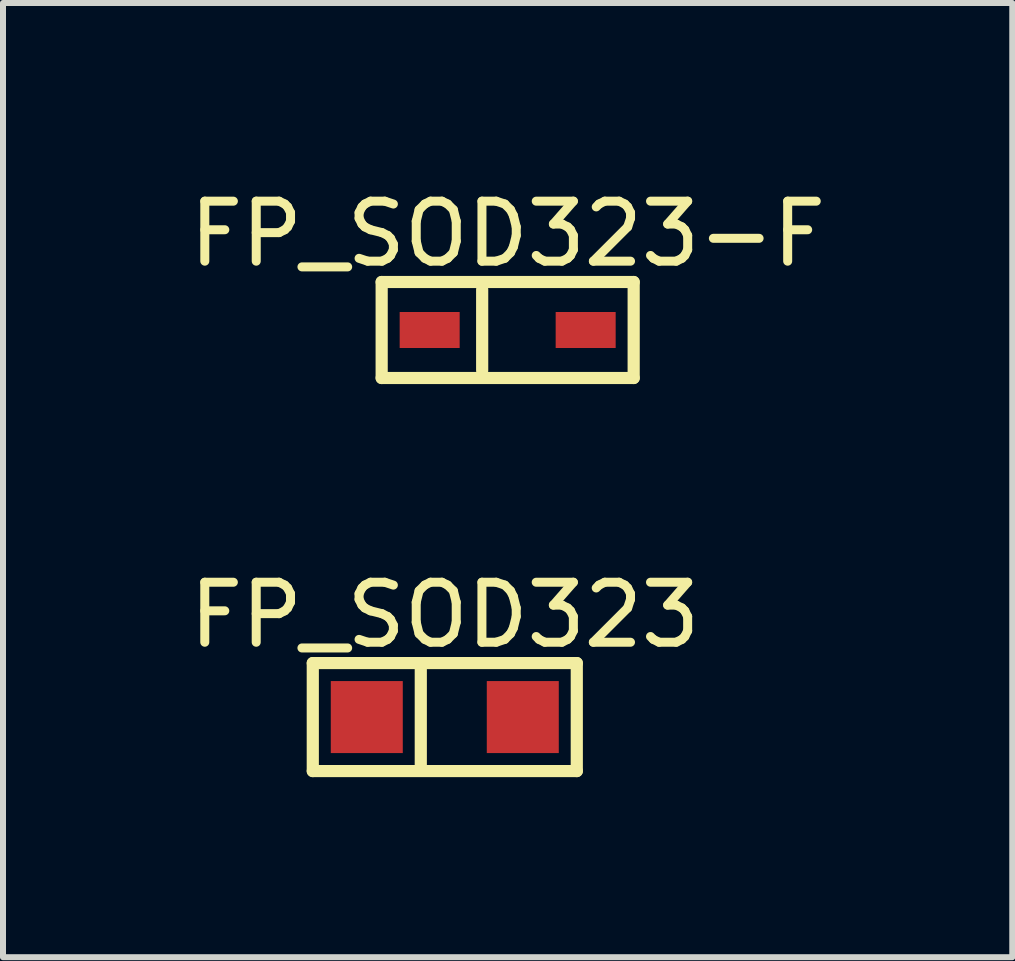
<source format=kicad_pcb>
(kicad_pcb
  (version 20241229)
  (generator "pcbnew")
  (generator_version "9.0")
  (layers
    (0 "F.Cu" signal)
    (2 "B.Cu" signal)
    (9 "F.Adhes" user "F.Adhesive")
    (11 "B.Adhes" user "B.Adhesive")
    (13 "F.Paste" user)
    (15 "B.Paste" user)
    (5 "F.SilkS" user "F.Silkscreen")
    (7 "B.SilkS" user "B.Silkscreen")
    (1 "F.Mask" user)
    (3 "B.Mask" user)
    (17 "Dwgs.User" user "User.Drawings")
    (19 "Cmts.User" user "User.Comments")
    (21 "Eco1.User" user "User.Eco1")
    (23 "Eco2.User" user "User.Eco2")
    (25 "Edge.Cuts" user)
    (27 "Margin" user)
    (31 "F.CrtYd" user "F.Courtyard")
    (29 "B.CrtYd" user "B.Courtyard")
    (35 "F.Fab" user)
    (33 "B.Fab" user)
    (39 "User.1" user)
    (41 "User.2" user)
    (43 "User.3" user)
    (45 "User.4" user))
  (footprint "FP_SOD323"
    (layer "F.Cu")
    (at 4.363 8.901)
    (property "Reference" "FP_SOD323" (at 0 -1.702 0) (layer "F.SilkS") (effects (font (size 1 1) (thickness 0.15))))
    (fp_line (start -2.2 -0.9) (end 2.2 -0.9) (stroke (width 0.203) (type solid)) (layer "F.SilkS"))
    (fp_line (start -2.2 0.9) (end -2.2 -0.9) (stroke (width 0.203) (type solid)) (layer "F.SilkS"))
    (fp_line (start -2.2 0.9) (end 2.2 0.9) (stroke (width 0.203) (type solid)) (layer "F.SilkS"))
    (fp_line (start -0.4 0.8) (end -0.4 -0.9) (stroke (width 0.203) (type solid)) (layer "F.SilkS"))
    (fp_line (start 2.2 0.9) (end 2.2 -0.9) (stroke (width 0.203) (type solid)) (layer "F.SilkS"))
    (pad "A" smd rect (at 1.3 0) (size 1.2 1.2) (layers "F.Cu" "F.Mask" "F.Paste"))
    (pad "K" smd rect (at -1.3 0) (size 1.2 1.2) (layers "F.Cu" "F.Mask" "F.Paste")))
  (footprint "FP_SOD323-F"
    (layer "F.Cu")
    (at 5.411 2.45)
    (property "Reference" "FP_SOD323-F" (at 0 -1.602 0) (layer "F.SilkS") (effects (font (size 1 1) (thickness 0.15))))
    (fp_line (start -2.1 -0.8) (end 2.1 -0.8) (stroke (width 0.203) (type solid)) (layer "F.SilkS"))
    (fp_line (start -2.1 0.8) (end -2.1 -0.8) (stroke (width 0.203) (type solid)) (layer "F.SilkS"))
    (fp_line (start -2.1 0.8) (end 2.1 0.8) (stroke (width 0.203) (type solid)) (layer "F.SilkS"))
    (fp_line (start -0.425 0.675) (end -0.425 -0.675) (stroke (width 0.203) (type solid)) (layer "F.SilkS"))
    (fp_line (start 2.1 0.8) (end 2.1 -0.8) (stroke (width 0.203) (type solid)) (layer "F.SilkS"))
    (pad "A" smd rect (at 1.3 0) (size 1 0.6) (layers "F.Cu" "F.Mask" "F.Paste"))
    (pad "K" smd rect (at -1.3 0) (size 1 0.6) (layers "F.Cu" "F.Mask" "F.Paste")))
  (gr_rect
    (start -3 -3)
    (end 13.821 12.903)
    (stroke (width 0.1) (type default))
    (fill no)
    (layer "Edge.Cuts")))
</source>
